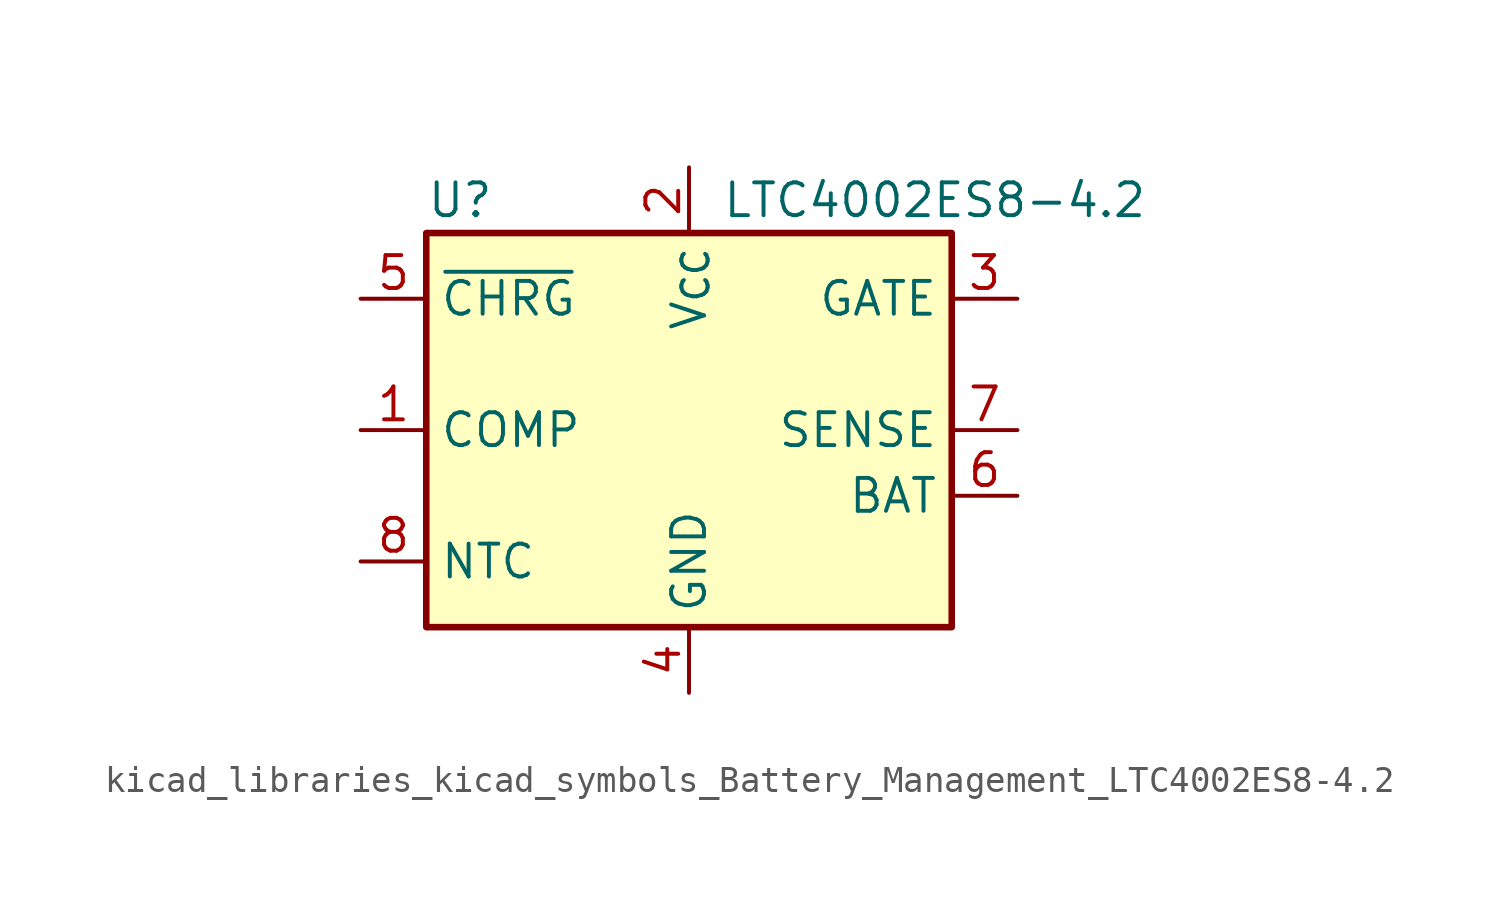
<source format=kicad_sym>
(kicad_symbol_lib
  (version 20220914)
  (generator kicad_symbol_editor)
  (symbol "kicad_libraries_kicad_symbols_Battery_Management_LTC4002ES8-4.2"
    (property "Reference" "U"
      (at -10.16 8.89 0)
      (effects (font (size 1.27 1.27)) (justify left)))
    (property "Value" "LTC4002ES8-4.2"
      (at 1.27 8.89 0)
      (effects (font (size 1.27 1.27)) (justify left)))
    (symbol "kicad_libraries_kicad_symbols_Battery_Management_LTC4002ES8-4.2_0_1"
      (rectangle (start 10.16 -7.62) (end -10.16 7.62) (stroke (width 0.254) (type default)) (fill (type background))))
    (symbol "kicad_libraries_kicad_symbols_Battery_Management_LTC4002ES8-4.2_1_1"
      (pin input line (at -12.7 0 0) (length 2.54) (name "COMP" (effects (font (size 1.27 1.27)))) (number "1" (effects (font (size 1.27 1.27)))))
      (pin power_in line (at 0 10.16 270) (length 2.54) (name "V_{CC}" (effects (font (size 1.27 1.27)))) (number "2" (effects (font (size 1.27 1.27)))))
      (pin output line (at 12.7 5.08 180) (length 2.54) (name "GATE" (effects (font (size 1.27 1.27)))) (number "3" (effects (font (size 1.27 1.27)))))
      (pin power_in line (at 0 -10.16 90) (length 2.54) (name "GND" (effects (font (size 1.27 1.27)))) (number "4" (effects (font (size 1.27 1.27)))))
      (pin open_collector line (at -12.7 5.08 0) (length 2.54) (name "~{CHRG}" (effects (font (size 1.27 1.27)))) (number "5" (effects (font (size 1.27 1.27)))))
      (pin input line (at 12.7 -2.54 180) (length 2.54) (name "BAT" (effects (font (size 1.27 1.27)))) (number "6" (effects (font (size 1.27 1.27)))))
      (pin input line (at 12.7 0 180) (length 2.54) (name "SENSE" (effects (font (size 1.27 1.27)))) (number "7" (effects (font (size 1.27 1.27)))))
      (pin input line (at -12.7 -5.08 0) (length 2.54) (name "NTC" (effects (font (size 1.27 1.27)))) (number "8" (effects (font (size 1.27 1.27))))))))
</source>
